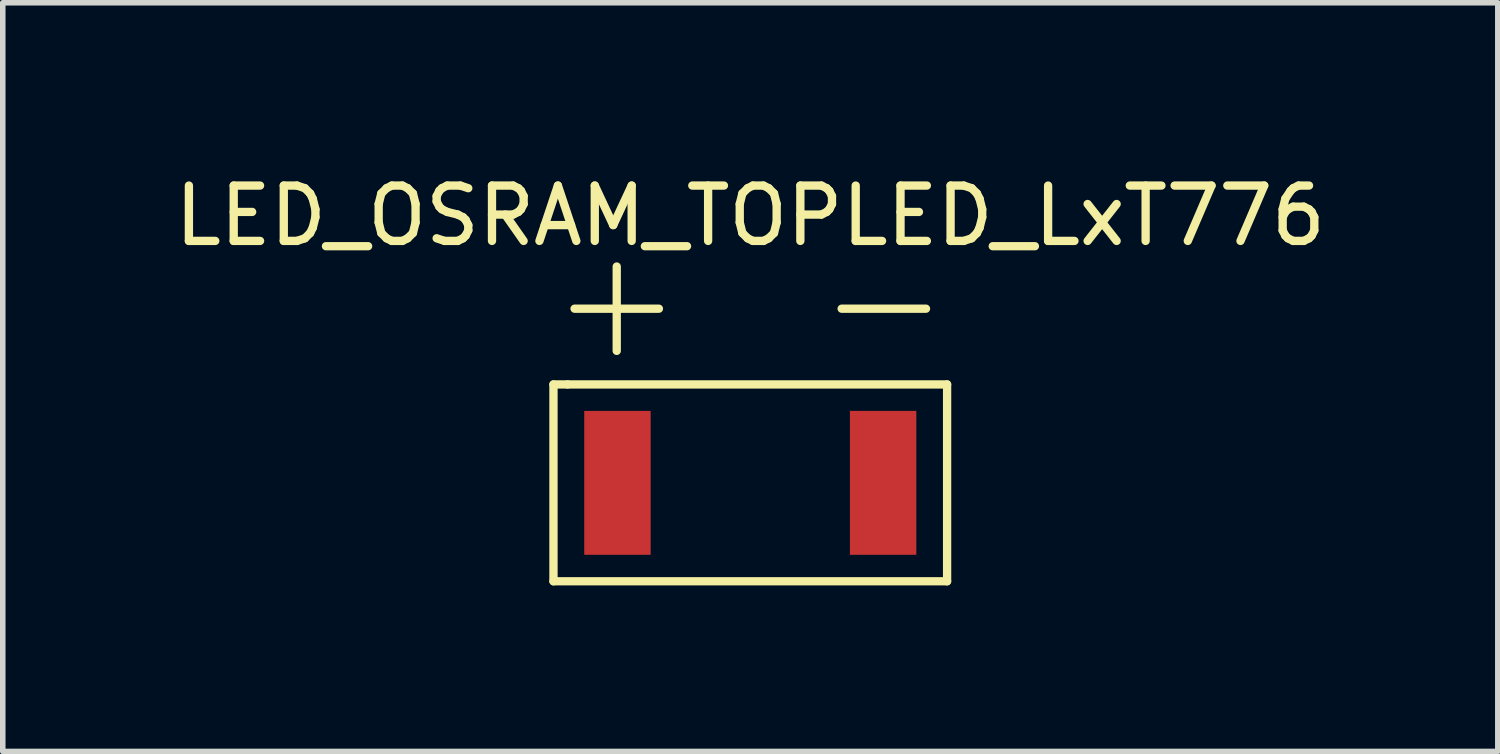
<source format=kicad_pcb>
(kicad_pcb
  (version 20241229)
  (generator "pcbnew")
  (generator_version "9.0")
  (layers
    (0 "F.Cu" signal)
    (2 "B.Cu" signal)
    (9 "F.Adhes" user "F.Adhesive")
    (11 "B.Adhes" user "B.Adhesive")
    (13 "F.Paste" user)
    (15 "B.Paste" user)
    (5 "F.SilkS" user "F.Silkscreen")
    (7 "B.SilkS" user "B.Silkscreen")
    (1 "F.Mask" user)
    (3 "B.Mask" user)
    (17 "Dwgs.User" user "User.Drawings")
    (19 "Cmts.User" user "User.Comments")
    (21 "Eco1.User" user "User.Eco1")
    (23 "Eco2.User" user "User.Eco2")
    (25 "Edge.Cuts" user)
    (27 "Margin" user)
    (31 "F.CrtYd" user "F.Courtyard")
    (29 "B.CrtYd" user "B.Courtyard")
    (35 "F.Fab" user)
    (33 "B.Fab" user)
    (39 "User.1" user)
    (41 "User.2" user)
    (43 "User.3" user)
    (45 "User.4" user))
  (footprint "LED_OSRAM_TOPLED_LxT776"
    (layer "F.Cu")
    (at 10.506 5.674)
    (property "Reference" "LED_OSRAM_TOPLED_LxT776" (at 0 -4.826 0) (layer "F.SilkS") (effects (font (size 1 1) (thickness 0.15))))
    (attr through_hole)
    (fp_line (start -3.556 -1.778) (end -3.302 -1.778) (stroke (width 0.15) (type solid)) (layer "F.SilkS"))
    (fp_line (start -3.556 1.778) (end -3.556 -1.778) (stroke (width 0.15) (type solid)) (layer "F.SilkS"))
    (fp_line (start -3.302 -1.778) (end 3.556 -1.778) (stroke (width 0.15) (type solid)) (layer "F.SilkS"))
    (fp_line (start 3.556 -1.778) (end 3.556 1.778) (stroke (width 0.15) (type solid)) (layer "F.SilkS"))
    (fp_line (start 3.556 1.778) (end -3.556 1.778) (stroke (width 0.15) (type solid)) (layer "F.SilkS"))
    (fp_text user "+" (at -2.413 -3.302 0) (layer "F.SilkS") (effects (font (size 2 2) (thickness 0.15))))
    (fp_text user "-" (at 2.413 -3.302 0) (layer "F.SilkS") (effects (font (size 2 2) (thickness 0.15))))
    (pad "" smd circle (at 0 0) (size 2.4 2.4) (layers "F.Mask"))
    (pad "1" smd rect (at 2.4 0) (size 1.2 2.6) (layers "F.Cu" "F.Mask" "F.Paste"))
    (pad "2" smd rect (at -2.4 0) (size 1.2 2.6) (layers "F.Cu" "F.Mask" "F.Paste")))
  (gr_rect
    (start -3 -3)
    (end 24.012 10.527)
    (stroke (width 0.1) (type default))
    (fill no)
    (layer "Edge.Cuts")))
</source>
